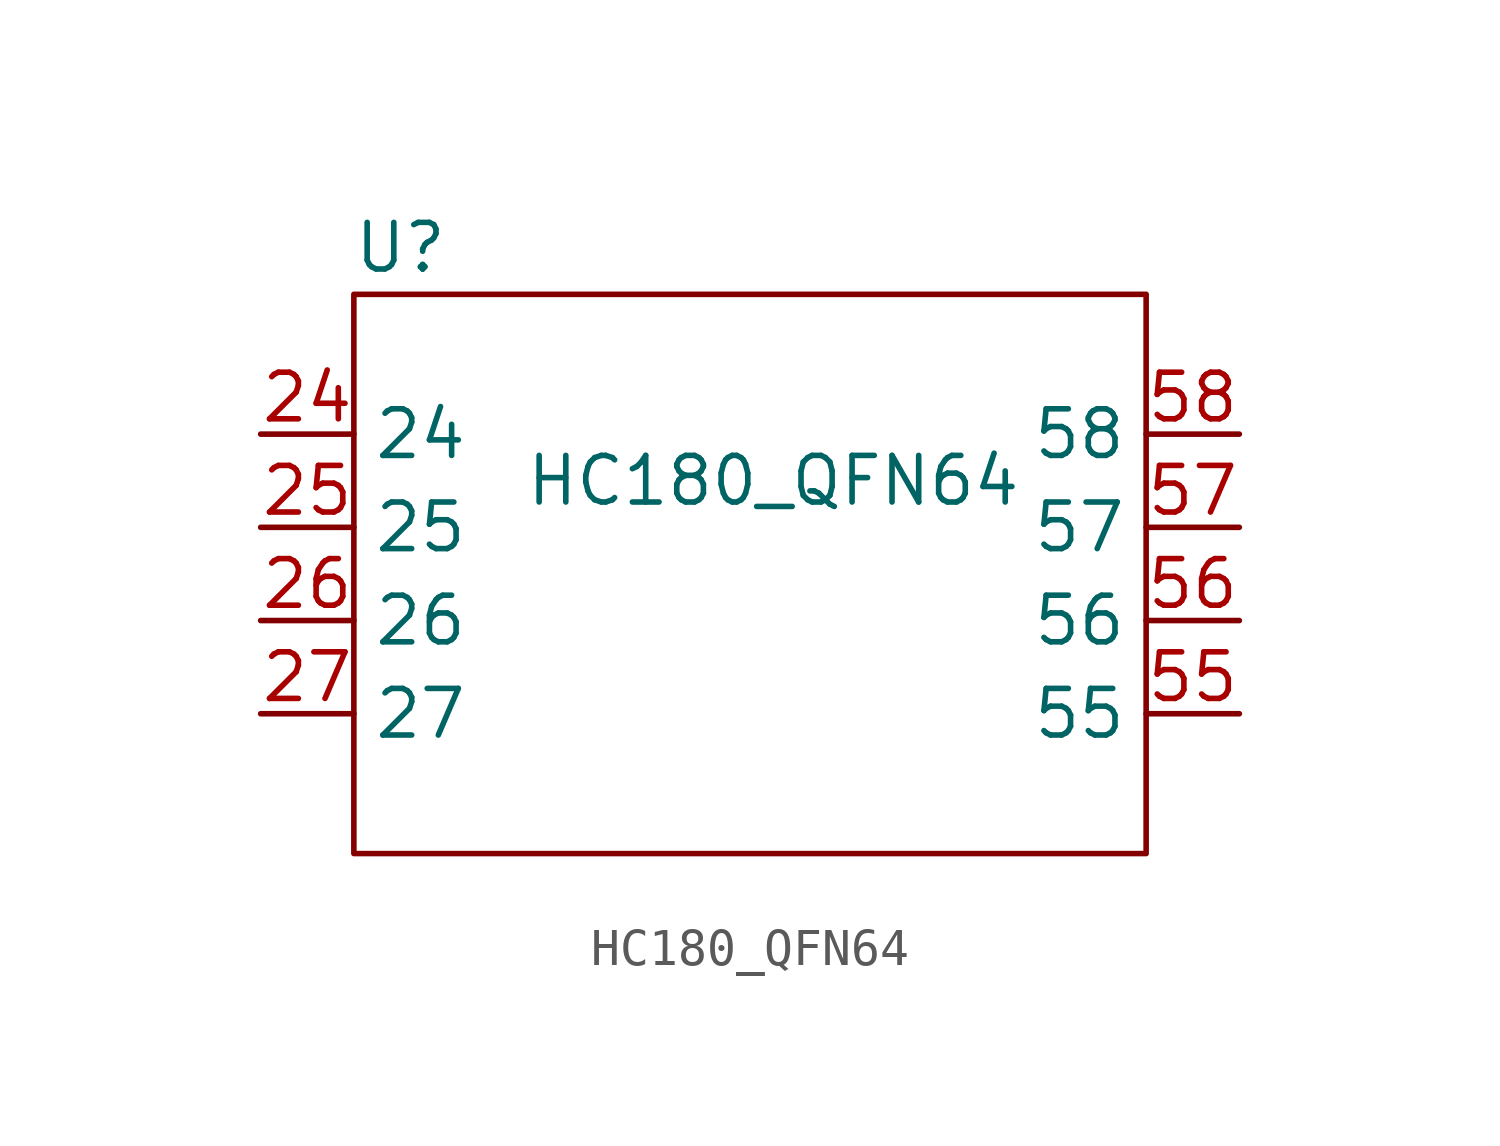
<source format=kicad_sym>
(kicad_symbol_lib
  (version 20211014)
  (generator kicad_symbol_editor)
  (symbol "HC180_QFN64"
    (property "Reference" "U"
      (at -10.16 16.51 0)
      (effects (font (size 1.27 1.27))))
    (property "Value" "HC180_QFN64"
      (at 0 10.16 0)
      (effects (font (size 1.27 1.27))))
    (symbol "HC180_QFN64_0_1"
      (rectangle (start -11.43 15.24) (end 10.16 0) (stroke (width 0) (type default) (color 0 0 0 0)) (fill (type none))))
    (symbol "HC180_QFN64_1_1"
      (pin bidirectional line (at -13.97 11.43 0) (length 2.54) (name "24" (effects (font (size 1.27 1.27)))) (number "24" (effects (font (size 1.27 1.27)))))
      (pin bidirectional line (at -13.97 8.89 0) (length 2.54) (name "25" (effects (font (size 1.27 1.27)))) (number "25" (effects (font (size 1.27 1.27)))))
      (pin bidirectional line (at -13.97 6.35 0) (length 2.54) (name "26" (effects (font (size 1.27 1.27)))) (number "26" (effects (font (size 1.27 1.27)))))
      (pin bidirectional line (at -13.97 3.81 0) (length 2.54) (name "27" (effects (font (size 1.27 1.27)))) (number "27" (effects (font (size 1.27 1.27)))))
      (pin bidirectional line (at 12.7 3.81 180) (length 2.54) (name "55" (effects (font (size 1.27 1.27)))) (number "55" (effects (font (size 1.27 1.27)))))
      (pin bidirectional line (at 12.7 6.35 180) (length 2.54) (name "56" (effects (font (size 1.27 1.27)))) (number "56" (effects (font (size 1.27 1.27)))))
      (pin bidirectional line (at 12.7 8.89 180) (length 2.54) (name "57" (effects (font (size 1.27 1.27)))) (number "57" (effects (font (size 1.27 1.27)))))
      (pin bidirectional line (at 12.7 11.43 180) (length 2.54) (name "58" (effects (font (size 1.27 1.27)))) (number "58" (effects (font (size 1.27 1.27))))))))
</source>
